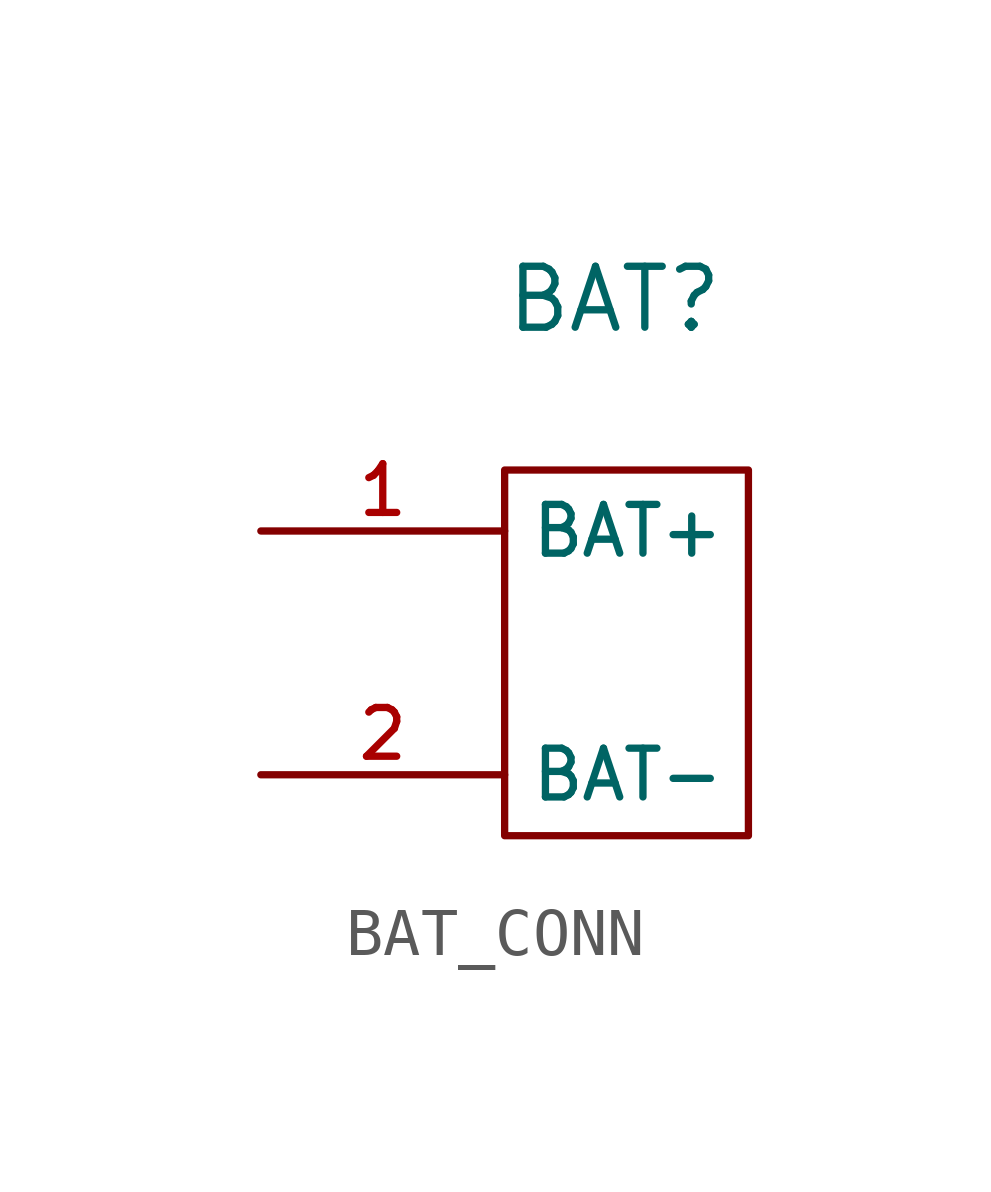
<source format=kicad_sym>
(kicad_symbol_lib
  (version 20241209)
  (generator "kicad_symbol_editor")
  (generator_version "9.0")
  (symbol "BAT_CONN"
    (property "Reference" "BAT"
      (at -0.254 7.366 0)
      (effects (font (size 1.27 1.27))))
    (property "Value" ""
      (at 0 0 0)
      (effects (font (size 1.27 1.27))))
    (symbol "BAT_CONN_0_1"
      (rectangle (start -2.54 3.81) (end 2.54 -3.81) (stroke (width 0) (type default)) (fill (type none))))
    (symbol "BAT_CONN_1_0"
      (pin power_in line (at -7.62 2.54 0) (length 5.08) (name "BAT+" (effects (font (size 1.016 1.016)))) (number "1" (effects (font (size 1.016 1.016)))))
      (pin power_in line (at -7.62 -2.54 0) (length 5.08) (name "BAT-" (effects (font (size 1.016 1.016)))) (number "2" (effects (font (size 1.016 1.016))))))))
</source>
